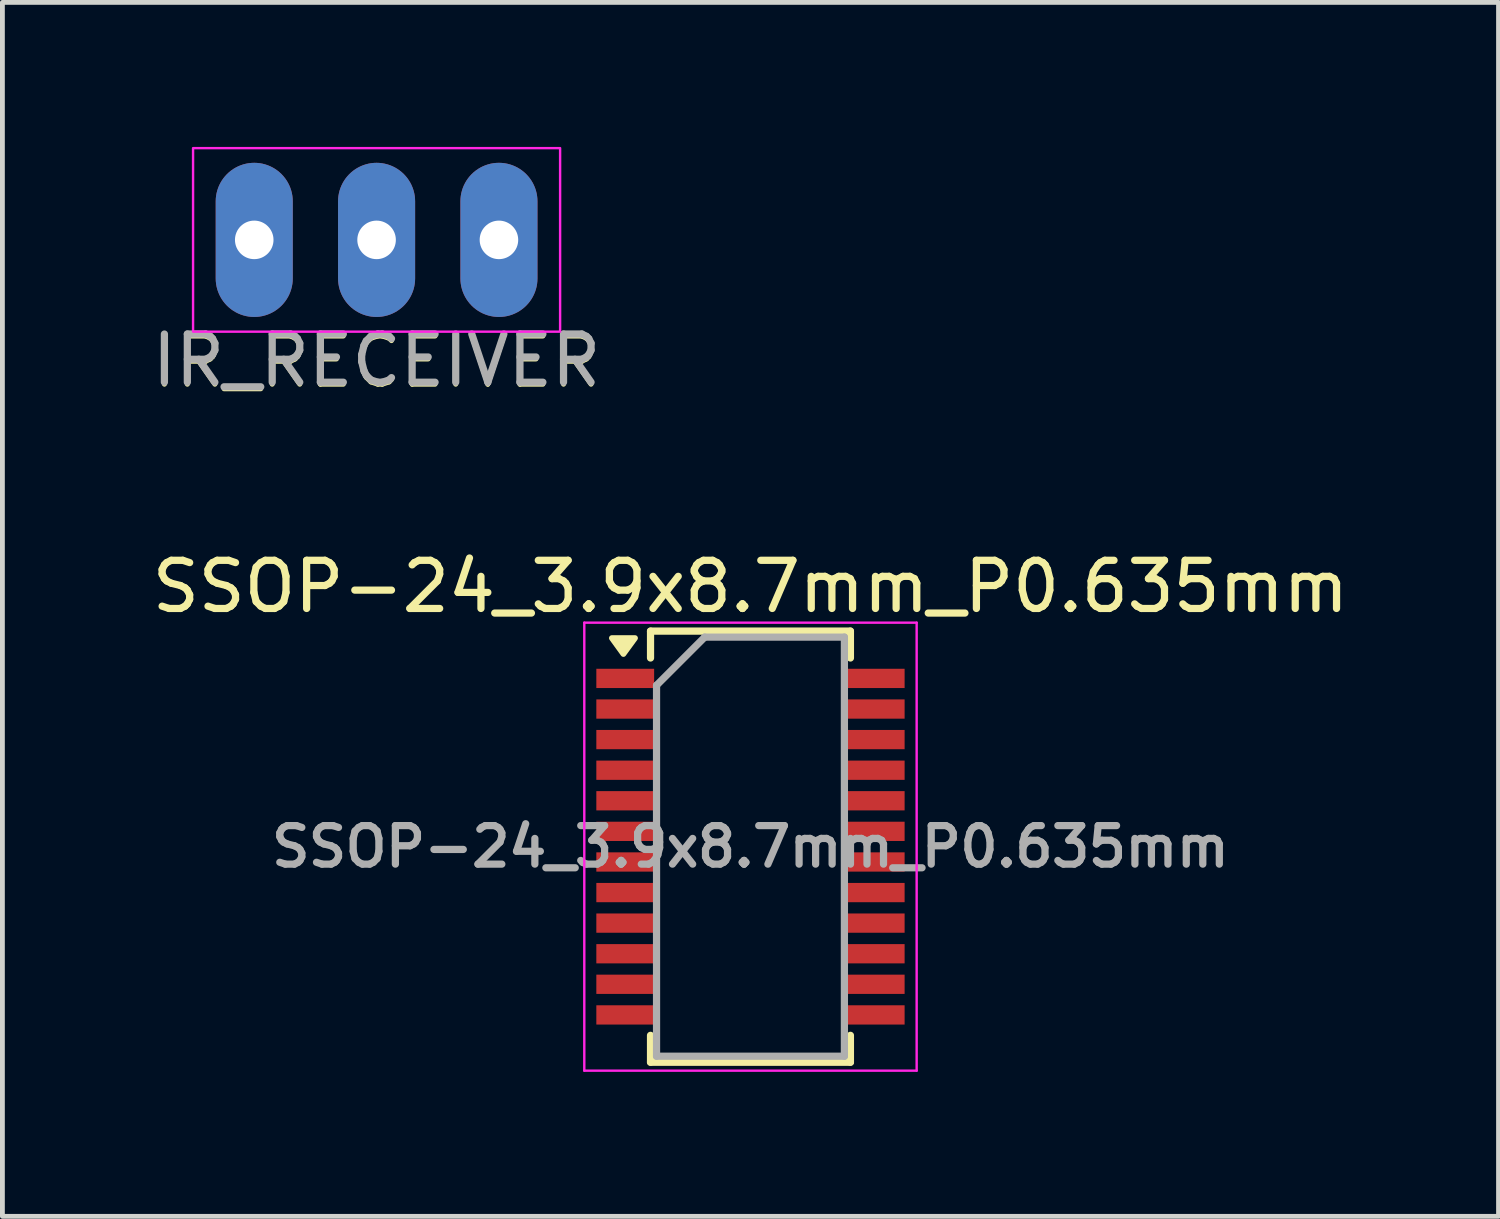
<source format=kicad_pcb>
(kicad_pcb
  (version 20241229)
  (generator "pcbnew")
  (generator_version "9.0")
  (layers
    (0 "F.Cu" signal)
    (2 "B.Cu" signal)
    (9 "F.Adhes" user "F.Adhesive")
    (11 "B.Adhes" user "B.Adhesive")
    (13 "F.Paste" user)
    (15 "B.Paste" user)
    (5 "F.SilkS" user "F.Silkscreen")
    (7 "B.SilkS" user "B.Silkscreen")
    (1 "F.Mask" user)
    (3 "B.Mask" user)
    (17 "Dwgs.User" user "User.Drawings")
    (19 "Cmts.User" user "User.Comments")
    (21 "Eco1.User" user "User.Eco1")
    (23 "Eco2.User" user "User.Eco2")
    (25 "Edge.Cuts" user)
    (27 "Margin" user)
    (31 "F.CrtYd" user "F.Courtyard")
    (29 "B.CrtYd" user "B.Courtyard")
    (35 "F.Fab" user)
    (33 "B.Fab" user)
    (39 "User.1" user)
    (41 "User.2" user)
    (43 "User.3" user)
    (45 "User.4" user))
  (footprint "IR_RECEIVER"
    (layer "F.Cu")
    (at 4.768 1.93)
    (property "Reference" "IR_RECEIVER" (at 0 2.54 0) (unlocked yes) (layer "F.SilkS") (effects (font (size 1 1) (thickness 0.1))))
    (attr through_hole)
    (fp_rect (start -3.81 -1.905) (end 3.81 1.905) (stroke (width 0.05) (type default)) (fill no) (layer "F.CrtYd"))
    (fp_text user "${REFERENCE}" (at 0 2.5 0) (unlocked yes) (layer "F.Fab") (effects (font (size 1 1) (thickness 0.15))))
    (pad "1" thru_hole oval (at -2.54 0) (size 1.6 3.2) (drill 0.8) (property pad_prop_heatsink) (layers "*.Cu" "*.Mask"))
    (pad "2" thru_hole oval (at 0 0) (size 1.6 3.2) (drill 0.8) (property pad_prop_heatsink) (layers "*.Cu" "*.Mask"))
    (pad "3" thru_hole oval (at 2.54 0) (size 1.6 3.2) (drill 0.8) (property pad_prop_heatsink) (layers "*.Cu" "*.Mask")))
  (footprint "SSOP-24_3.9x8.7mm_P0.635mm"
    (layer "F.Cu")
    (at 12.53 14.527)
    (property "Reference" "SSOP-24_3.9x8.7mm_P0.635mm" (at 0 -5.4 0) (layer "F.SilkS") (effects (font (size 1 1) (thickness 0.15))))
    (attr smd)
    (fp_line (start -2.075 -4.475) (end -2.075 -3.917) (stroke (width 0.15) (type solid)) (layer "F.SilkS"))
    (fp_line (start -2.075 -4.475) (end 2.075 -4.475) (stroke (width 0.15) (type solid)) (layer "F.SilkS"))
    (fp_line (start -2.075 4.475) (end -2.075 3.917) (stroke (width 0.15) (type solid)) (layer "F.SilkS"))
    (fp_line (start -2.075 4.475) (end 2.075 4.475) (stroke (width 0.15) (type solid)) (layer "F.SilkS"))
    (fp_line (start 2.075 -4.475) (end 2.075 -3.917) (stroke (width 0.15) (type solid)) (layer "F.SilkS"))
    (fp_line (start 2.075 4.475) (end 2.075 3.917) (stroke (width 0.15) (type solid)) (layer "F.SilkS"))
    (fp_poly (pts (xy -2.638 -4) (xy -2.877 -4.33) (xy -2.397 -4.33) (xy -2.638 -4)) (stroke (width 0.12) (type solid)) (fill yes) (layer "F.SilkS"))
    (fp_line (start -3.45 -4.65) (end -3.45 4.65) (stroke (width 0.05) (type solid)) (layer "F.CrtYd"))
    (fp_line (start -3.45 -4.65) (end 3.45 -4.65) (stroke (width 0.05) (type solid)) (layer "F.CrtYd"))
    (fp_line (start -3.45 4.65) (end 3.45 4.65) (stroke (width 0.05) (type solid)) (layer "F.CrtYd"))
    (fp_line (start 3.45 -4.65) (end 3.45 4.65) (stroke (width 0.05) (type solid)) (layer "F.CrtYd"))
    (fp_line (start -1.95 -3.35) (end -0.95 -4.35) (stroke (width 0.15) (type solid)) (layer "F.Fab"))
    (fp_line (start -1.95 4.35) (end -1.95 -3.35) (stroke (width 0.15) (type solid)) (layer "F.Fab"))
    (fp_line (start -0.95 -4.35) (end 1.95 -4.35) (stroke (width 0.15) (type solid)) (layer "F.Fab"))
    (fp_line (start 1.95 -4.35) (end 1.95 4.35) (stroke (width 0.15) (type solid)) (layer "F.Fab"))
    (fp_line (start 1.95 4.35) (end -1.95 4.35) (stroke (width 0.15) (type solid)) (layer "F.Fab"))
    (fp_text user "${REFERENCE}" (at 0 0 0) (layer "F.Fab") (effects (font (size 0.8 0.8) (thickness 0.15))))
    (pad "1" smd rect (at -2.6 -3.493) (size 1.2 0.4) (layers "F.Cu" "F.Mask" "F.Paste"))
    (pad "2" smd rect (at -2.6 -2.857) (size 1.2 0.4) (layers "F.Cu" "F.Mask" "F.Paste"))
    (pad "3" smd rect (at -2.6 -2.223) (size 1.2 0.4) (layers "F.Cu" "F.Mask" "F.Paste"))
    (pad "4" smd rect (at -2.6 -1.587) (size 1.2 0.4) (layers "F.Cu" "F.Mask" "F.Paste"))
    (pad "5" smd rect (at -2.6 -0.953) (size 1.2 0.4) (layers "F.Cu" "F.Mask" "F.Paste"))
    (pad "6" smd rect (at -2.6 -0.318) (size 1.2 0.4) (layers "F.Cu" "F.Mask" "F.Paste"))
    (pad "7" smd rect (at -2.6 0.318) (size 1.2 0.4) (layers "F.Cu" "F.Mask" "F.Paste"))
    (pad "8" smd rect (at -2.6 0.953) (size 1.2 0.4) (layers "F.Cu" "F.Mask" "F.Paste"))
    (pad "9" smd rect (at -2.6 1.587) (size 1.2 0.4) (layers "F.Cu" "F.Mask" "F.Paste"))
    (pad "10" smd rect (at -2.6 2.223) (size 1.2 0.4) (layers "F.Cu" "F.Mask" "F.Paste"))
    (pad "11" smd rect (at -2.6 2.857) (size 1.2 0.4) (layers "F.Cu" "F.Mask" "F.Paste"))
    (pad "12" smd rect (at -2.6 3.493) (size 1.2 0.4) (layers "F.Cu" "F.Mask" "F.Paste"))
    (pad "13" smd rect (at 2.6 3.493) (size 1.2 0.4) (layers "F.Cu" "F.Mask" "F.Paste"))
    (pad "14" smd rect (at 2.6 2.857) (size 1.2 0.4) (layers "F.Cu" "F.Mask" "F.Paste"))
    (pad "15" smd rect (at 2.6 2.223) (size 1.2 0.4) (layers "F.Cu" "F.Mask" "F.Paste"))
    (pad "16" smd rect (at 2.6 1.587) (size 1.2 0.4) (layers "F.Cu" "F.Mask" "F.Paste"))
    (pad "17" smd rect (at 2.6 0.953) (size 1.2 0.4) (layers "F.Cu" "F.Mask" "F.Paste"))
    (pad "18" smd rect (at 2.6 0.318) (size 1.2 0.4) (layers "F.Cu" "F.Mask" "F.Paste"))
    (pad "19" smd rect (at 2.6 -0.318) (size 1.2 0.4) (layers "F.Cu" "F.Mask" "F.Paste"))
    (pad "20" smd rect (at 2.6 -0.953) (size 1.2 0.4) (layers "F.Cu" "F.Mask" "F.Paste"))
    (pad "21" smd rect (at 2.6 -1.587) (size 1.2 0.4) (layers "F.Cu" "F.Mask" "F.Paste"))
    (pad "22" smd rect (at 2.6 -2.223) (size 1.2 0.4) (layers "F.Cu" "F.Mask" "F.Paste"))
    (pad "23" smd rect (at 2.6 -2.857) (size 1.2 0.4) (layers "F.Cu" "F.Mask" "F.Paste"))
    (pad "24" smd rect (at 2.6 -3.493) (size 1.2 0.4) (layers "F.Cu" "F.Mask" "F.Paste")))
  (gr_rect
    (start -3 -3)
    (end 28.06 22.201)
    (stroke (width 0.1) (type default))
    (fill no)
    (layer "Edge.Cuts")))
</source>
